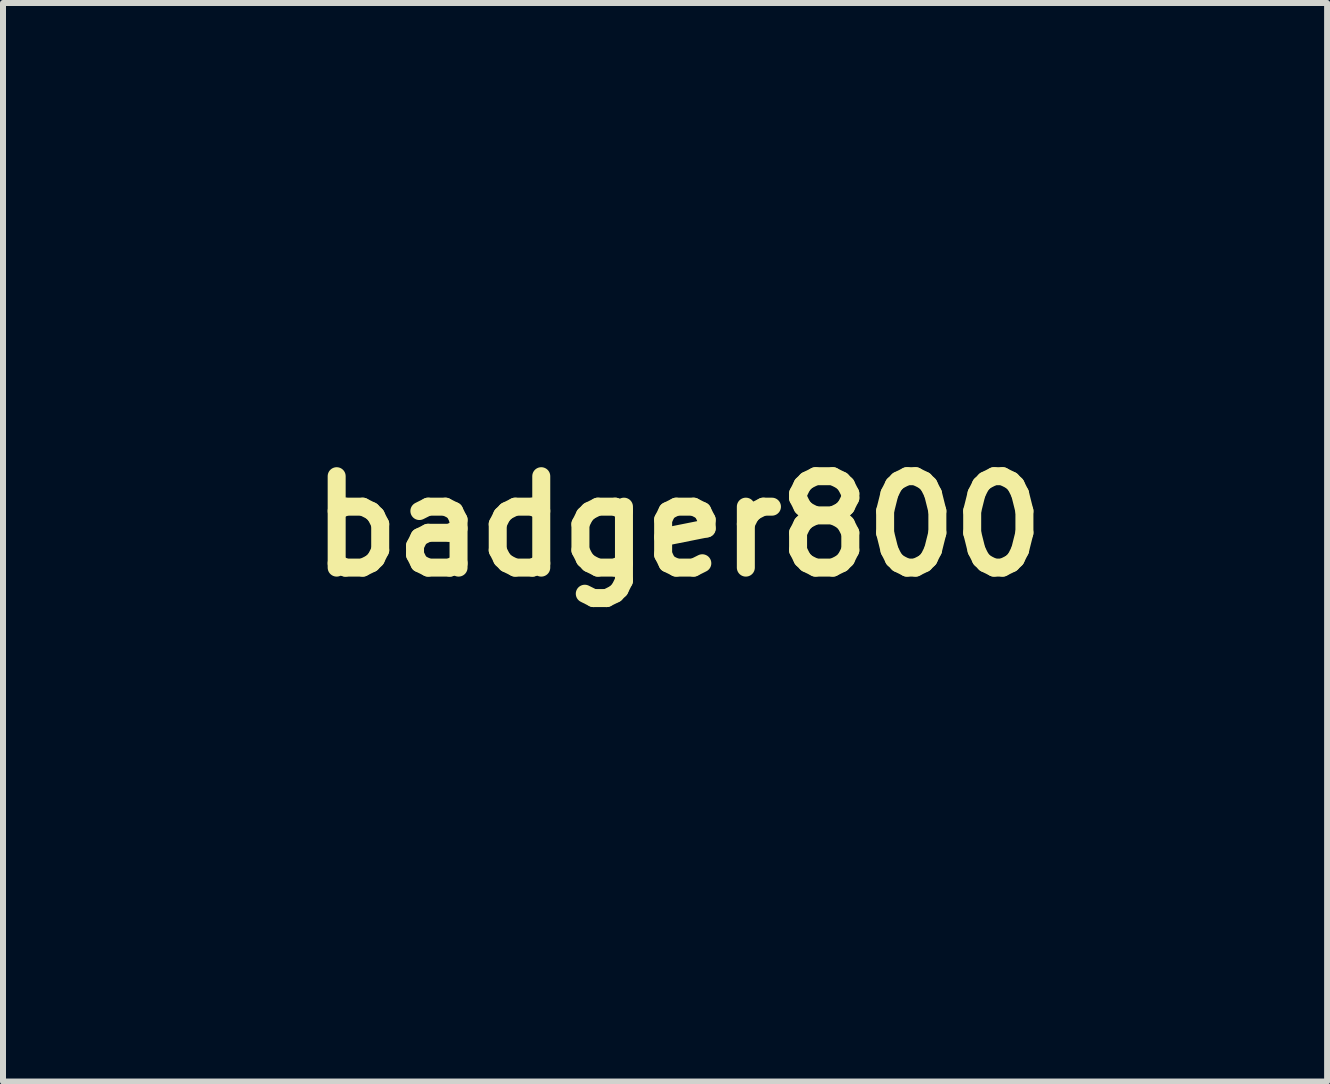
<source format=kicad_pcb>
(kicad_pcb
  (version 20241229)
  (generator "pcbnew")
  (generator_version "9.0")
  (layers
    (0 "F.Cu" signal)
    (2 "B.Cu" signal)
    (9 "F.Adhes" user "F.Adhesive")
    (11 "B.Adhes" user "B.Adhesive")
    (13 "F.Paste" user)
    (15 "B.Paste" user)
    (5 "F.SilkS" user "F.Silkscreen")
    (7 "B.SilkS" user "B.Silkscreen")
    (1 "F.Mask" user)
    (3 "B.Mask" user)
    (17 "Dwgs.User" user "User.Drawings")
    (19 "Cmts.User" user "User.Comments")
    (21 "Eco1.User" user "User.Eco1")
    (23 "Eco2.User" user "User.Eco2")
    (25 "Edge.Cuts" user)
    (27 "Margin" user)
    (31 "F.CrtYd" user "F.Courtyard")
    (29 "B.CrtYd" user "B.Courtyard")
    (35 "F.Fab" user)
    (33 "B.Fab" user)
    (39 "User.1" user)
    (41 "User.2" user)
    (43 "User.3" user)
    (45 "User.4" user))
  (footprint "badger800"
    (layer "F.Cu")
    (at 8.26 5.724)
    (property "Reference" "badger800" (at 0 0 0) (layer "F.SilkS") (effects (font (size 1.524 1.524) (thickness 0.3))))
    (attr through_hole)
    (fp_poly (pts (xy -7.271 5.89) (xy -7.287 5.905) (xy -7.303 5.89) (xy -7.287 5.874) (xy -7.271 5.89)) (stroke (width 0.01) (type solid)) (fill yes) (layer "F.Mask"))
    (fp_poly (pts (xy 4.121 -0.068) (xy 4.119 0.002) (xy 4.104 0.036) (xy 4.088 0.032) (xy 4.09 -0.026) (xy 4.092 -0.039) (xy 4.104 -0.102) (xy 4.113 -0.106) (xy 4.121 -0.068)) (stroke (width 0.01) (type solid)) (fill yes) (layer "F.Mask"))
    (fp_poly (pts (xy -6.89 1.298) (xy -6.926 1.368) (xy -6.995 1.453) (xy -7.088 1.541) (xy -7.101 1.551) (xy -7.275 1.689) (xy -7.265 1.551) (xy -7.256 1.474) (xy -7.233 1.423) (xy -7.183 1.383) (xy -7.091 1.335) (xy -7.08 1.33) (xy -6.987 1.287) (xy -6.92 1.26) (xy -6.896 1.254) (xy -6.89 1.298)) (stroke (width 0.01) (type solid)) (fill yes) (layer "F.Mask"))
    (fp_poly (pts (xy -6.817 2.194) (xy -6.729 2.381) (xy -6.833 2.523) (xy -6.901 2.611) (xy -6.945 2.654) (xy -6.976 2.658) (xy -7.005 2.63) (xy -7.008 2.627) (xy -7.056 2.539) (xy -7.094 2.424) (xy -7.117 2.304) (xy -7.121 2.202) (xy -7.108 2.152) (xy -7.059 2.097) (xy -6.992 2.051) (xy -6.905 2.006) (xy -6.817 2.194)) (stroke (width 0.01) (type solid)) (fill yes) (layer "F.Mask"))
    (fp_poly (pts (xy 5.683 2.62) (xy 5.707 2.64) (xy 5.767 2.694) (xy 5.784 2.734) (xy 5.765 2.783) (xy 5.752 2.805) (xy 5.707 2.869) (xy 5.67 2.882) (xy 5.621 2.844) (xy 5.594 2.816) (xy 5.538 2.745) (xy 5.531 2.687) (xy 5.568 2.619) (xy 5.568 2.619) (xy 5.6 2.584) (xy 5.631 2.583) (xy 5.683 2.62)) (stroke (width 0.01) (type solid)) (fill yes) (layer "F.Mask"))
    (fp_poly (pts (xy 6.083 1.822) (xy 6.154 1.855) (xy 6.204 1.879) (xy 6.346 1.948) (xy 6.229 2.116) (xy 6.166 2.203) (xy 6.116 2.264) (xy 6.092 2.286) (xy 6.062 2.263) (xy 6.011 2.205) (xy 5.988 2.176) (xy 5.903 2.065) (xy 5.969 1.938) (xy 6.01 1.861) (xy 6.041 1.815) (xy 6.048 1.81) (xy 6.083 1.822)) (stroke (width 0.01) (type solid)) (fill yes) (layer "F.Mask"))
    (fp_poly (pts (xy 6.049 1.02) (xy 6.088 1.036) (xy 6.202 1.092) (xy 6.271 1.146) (xy 6.31 1.211) (xy 6.312 1.215) (xy 6.335 1.283) (xy 6.342 1.318) (xy 6.342 1.319) (xy 6.314 1.305) (xy 6.249 1.261) (xy 6.157 1.197) (xy 6.13 1.178) (xy 6.008 1.085) (xy 5.938 1.022) (xy 5.922 0.99) (xy 5.958 0.988) (xy 6.049 1.02)) (stroke (width 0.01) (type solid)) (fill yes) (layer "F.Mask"))
    (fp_poly (pts (xy 4.758 3.097) (xy 4.859 3.129) (xy 4.962 3.172) (xy 5.082 3.228) (xy 5.188 3.282) (xy 5.259 3.324) (xy 5.264 3.328) (xy 5.294 3.353) (xy 5.299 3.369) (xy 5.271 3.378) (xy 5.202 3.383) (xy 5.082 3.384) (xy 5.002 3.384) (xy 4.667 3.384) (xy 4.556 3.27) (xy 4.492 3.201) (xy 4.452 3.15) (xy 4.445 3.136) (xy 4.473 3.12) (xy 4.545 3.101) (xy 4.589 3.094) (xy 4.676 3.087) (xy 4.758 3.097)) (stroke (width 0.01) (type solid)) (fill yes) (layer "F.Mask"))
    (fp_poly (pts (xy -5.156 3.136) (xy -5.083 3.158) (xy -5.046 3.181) (xy -5.045 3.185) (xy -5.065 3.226) (xy -5.118 3.291) (xy -5.188 3.366) (xy -5.26 3.434) (xy -5.318 3.479) (xy -5.343 3.489) (xy -5.392 3.478) (xy -5.482 3.455) (xy -5.572 3.43) (xy -5.672 3.399) (xy -5.717 3.377) (xy -5.712 3.36) (xy -5.697 3.354) (xy -5.636 3.327) (xy -5.542 3.278) (xy -5.448 3.223) (xy -5.34 3.163) (xy -5.263 3.134) (xy -5.195 3.13) (xy -5.156 3.136)) (stroke (width 0.01) (type solid)) (fill yes) (layer "F.Mask"))
    (fp_poly (pts (xy -6.211 2.767) (xy -6.131 2.809) (xy -6.078 2.838) (xy -6.069 2.844) (xy -6.082 2.871) (xy -6.129 2.934) (xy -6.199 3.021) (xy -6.227 3.055) (xy -6.314 3.159) (xy -6.39 3.254) (xy -6.441 3.323) (xy -6.447 3.332) (xy -6.475 3.37) (xy -6.494 3.376) (xy -6.514 3.341) (xy -6.539 3.258) (xy -6.554 3.206) (xy -6.585 3.097) (xy -6.611 3.01) (xy -6.625 2.968) (xy -6.609 2.93) (xy -6.554 2.871) (xy -6.491 2.816) (xy -6.343 2.701) (xy -6.211 2.767)) (stroke (width 0.01) (type solid)) (fill yes) (layer "F.Mask"))
    (fp_poly (pts (xy -0.382 0.333) (xy -0.228 0.341) (xy -0.097 0.357) (xy -0.041 0.369) (xy 0.004 0.386) (xy 0.012 0.414) (xy -0.014 0.475) (xy -0.021 0.488) (xy -0.057 0.557) (xy -0.079 0.595) (xy -0.08 0.597) (xy -0.112 0.594) (xy -0.188 0.577) (xy -0.271 0.554) (xy -0.39 0.527) (xy -0.506 0.521) (xy -0.637 0.537) (xy -0.803 0.577) (xy -0.841 0.588) (xy -0.896 0.584) (xy -0.945 0.533) (xy -0.961 0.505) (xy -0.995 0.436) (xy -1.007 0.395) (xy -1.005 0.391) (xy -0.949 0.367) (xy -0.844 0.349) (xy -0.705 0.337) (xy -0.546 0.331) (xy -0.382 0.333)) (stroke (width 0.01) (type solid)) (fill yes) (layer "F.Mask"))
    (fp_poly (pts (xy -4.07 2.936) (xy -4.076 2.971) (xy -4.114 3.042) (xy -4.175 3.134) (xy -4.251 3.234) (xy -4.333 3.33) (xy -4.487 3.46) (xy -4.702 3.581) (xy -4.714 3.587) (xy -4.846 3.655) (xy -4.983 3.739) (xy -5.133 3.846) (xy -5.306 3.983) (xy -5.51 4.155) (xy -5.624 4.255) (xy -5.822 4.429) (xy -5.731 4.27) (xy -5.593 4.044) (xy -5.439 3.818) (xy -5.282 3.608) (xy -5.134 3.432) (xy -5.078 3.373) (xy -4.995 3.291) (xy -4.927 3.232) (xy -4.857 3.186) (xy -4.773 3.147) (xy -4.658 3.105) (xy -4.499 3.054) (xy -4.483 3.049) (xy -4.334 3.003) (xy -4.208 2.966) (xy -4.117 2.943) (xy -4.073 2.935) (xy -4.07 2.936)) (stroke (width 0.01) (type solid)) (fill yes) (layer "F.Mask"))
    (fp_poly (pts (xy 2.235 0.705) (xy 2.304 0.731) (xy 2.347 0.788) (xy 2.376 0.88) (xy 2.381 0.904) (xy 2.398 1.057) (xy 2.371 1.175) (xy 2.296 1.272) (xy 2.248 1.312) (xy 2.126 1.368) (xy 1.974 1.39) (xy 1.818 1.377) (xy 1.699 1.335) (xy 1.595 1.276) (xy 1.499 1.212) (xy 1.482 1.198) (xy 1.393 1.127) (xy 1.485 0.999) (xy 1.511 0.968) (xy 2 0.968) (xy 2.022 1.004) (xy 2.067 1.008) (xy 2.102 0.979) (xy 2.105 0.969) (xy 2.085 0.937) (xy 2.056 0.927) (xy 2.009 0.939) (xy 2 0.968) (xy 1.511 0.968) (xy 1.587 0.879) (xy 1.698 0.8) (xy 1.838 0.749) (xy 1.971 0.723) (xy 2.128 0.704) (xy 2.235 0.705)) (stroke (width 0.01) (type solid)) (fill yes) (layer "F.Mask"))
    (fp_poly (pts (xy -4.68 2.337) (xy -4.724 2.404) (xy -4.795 2.5) (xy -4.887 2.613) (xy -4.991 2.735) (xy -5.1 2.856) (xy -5.142 2.9) (xy -5.285 3.04) (xy -5.412 3.145) (xy -5.547 3.23) (xy -5.634 3.275) (xy -5.809 3.371) (xy -5.986 3.49) (xy -6.174 3.637) (xy -6.38 3.819) (xy -6.614 4.044) (xy -6.697 4.126) (xy -7.059 4.492) (xy -6.889 4.16) (xy -6.734 3.878) (xy -6.568 3.604) (xy -6.397 3.353) (xy -6.232 3.136) (xy -6.09 2.978) (xy -6.021 2.908) (xy -5.959 2.853) (xy -5.896 2.806) (xy -5.82 2.762) (xy -5.722 2.714) (xy -5.592 2.659) (xy -5.419 2.589) (xy -5.286 2.536) (xy -5.104 2.464) (xy -4.943 2.402) (xy -4.811 2.353) (xy -4.719 2.32) (xy -4.674 2.306) (xy -4.671 2.306) (xy -4.68 2.337)) (stroke (width 0.01) (type solid)) (fill yes) (layer "F.Mask"))
    (fp_poly (pts (xy 3.437 2.788) (xy 3.555 2.818) (xy 3.692 2.858) (xy 3.835 2.903) (xy 3.971 2.95) (xy 4.086 2.993) (xy 4.168 3.03) (xy 4.176 3.034) (xy 4.291 3.116) (xy 4.428 3.242) (xy 4.576 3.4) (xy 4.724 3.58) (xy 4.753 3.619) (xy 4.809 3.698) (xy 4.88 3.802) (xy 4.958 3.919) (xy 5.035 4.04) (xy 5.105 4.151) (xy 5.16 4.242) (xy 5.194 4.301) (xy 5.199 4.317) (xy 5.174 4.297) (xy 5.111 4.244) (xy 5.022 4.167) (xy 4.953 4.107) (xy 4.692 3.886) (xy 4.461 3.709) (xy 4.252 3.57) (xy 4.058 3.464) (xy 4.015 3.444) (xy 3.865 3.366) (xy 3.725 3.277) (xy 3.625 3.197) (xy 3.534 3.103) (xy 3.449 3.001) (xy 3.378 2.905) (xy 3.329 2.827) (xy 3.312 2.778) (xy 3.315 2.771) (xy 3.353 2.77) (xy 3.437 2.788)) (stroke (width 0.01) (type solid)) (fill yes) (layer "F.Mask"))
    (fp_poly (pts (xy -2.856 0.606) (xy -2.724 0.622) (xy -2.651 0.639) (xy -2.57 0.676) (xy -2.476 0.739) (xy -2.381 0.818) (xy -2.3 0.899) (xy -2.245 0.971) (xy -2.23 1.021) (xy -2.23 1.023) (xy -2.269 1.068) (xy -2.35 1.126) (xy -2.456 1.186) (xy -2.568 1.24) (xy -2.67 1.277) (xy -2.721 1.287) (xy -2.832 1.287) (xy -2.937 1.27) (xy -2.942 1.268) (xy -3.029 1.223) (xy -3.114 1.152) (xy -3.128 1.136) (xy -3.179 1.068) (xy -3.201 1.004) (xy -3.201 0.916) (xy -3.201 0.912) (xy -2.915 0.912) (xy -2.899 0.932) (xy -2.852 0.944) (xy -2.808 0.911) (xy -2.801 0.895) (xy -2.817 0.865) (xy -2.855 0.857) (xy -2.912 0.873) (xy -2.915 0.912) (xy -3.201 0.912) (xy -3.197 0.864) (xy -3.18 0.759) (xy -3.156 0.677) (xy -3.141 0.649) (xy -3.084 0.62) (xy -2.982 0.605) (xy -2.856 0.606)) (stroke (width 0.01) (type solid)) (fill yes) (layer "F.Mask"))
    (fp_poly (pts (xy 4.181 2.209) (xy 4.301 2.254) (xy 4.459 2.313) (xy 4.631 2.378) (xy 4.763 2.427) (xy 4.915 2.484) (xy 5.055 2.539) (xy 5.166 2.586) (xy 5.23 2.615) (xy 5.341 2.691) (xy 5.474 2.814) (xy 5.62 2.974) (xy 5.773 3.161) (xy 5.921 3.367) (xy 5.952 3.413) (xy 6.041 3.549) (xy 6.132 3.696) (xy 6.221 3.843) (xy 6.302 3.981) (xy 6.369 4.101) (xy 6.417 4.192) (xy 6.44 4.245) (xy 6.439 4.255) (xy 6.413 4.233) (xy 6.355 4.178) (xy 6.277 4.1) (xy 6.269 4.093) (xy 6.187 4.012) (xy 6.07 3.903) (xy 5.932 3.778) (xy 5.788 3.651) (xy 5.747 3.615) (xy 5.56 3.459) (xy 5.398 3.337) (xy 5.241 3.236) (xy 5.071 3.144) (xy 5.05 3.134) (xy 4.784 2.98) (xy 4.541 2.792) (xy 4.309 2.559) (xy 4.116 2.325) (xy 3.964 2.126) (xy 4.181 2.209)) (stroke (width 0.01) (type solid)) (fill yes) (layer "F.Mask"))
    (fp_poly (pts (xy -5.044 1.528) (xy -5.097 1.593) (xy -5.182 1.686) (xy -5.291 1.802) (xy -5.386 1.9) (xy -5.552 2.064) (xy -5.687 2.187) (xy -5.801 2.279) (xy -5.903 2.347) (xy -5.967 2.382) (xy -6.138 2.479) (xy -6.34 2.615) (xy -6.574 2.793) (xy -6.844 3.014) (xy -7.152 3.28) (xy -7.315 3.426) (xy -7.366 3.466) (xy -7.385 3.47) (xy -7.381 3.461) (xy -7.33 3.377) (xy -7.251 3.256) (xy -7.152 3.108) (xy -7.043 2.948) (xy -6.931 2.789) (xy -6.826 2.642) (xy -6.737 2.522) (xy -6.714 2.491) (xy -6.603 2.356) (xy -6.48 2.217) (xy -6.364 2.097) (xy -6.328 2.062) (xy -6.256 1.998) (xy -6.187 1.946) (xy -6.111 1.899) (xy -6.016 1.852) (xy -5.891 1.799) (xy -5.724 1.734) (xy -5.594 1.685) (xy -5.42 1.622) (xy -5.267 1.568) (xy -5.144 1.528) (xy -5.062 1.505) (xy -5.029 1.501) (xy -5.044 1.528)) (stroke (width 0.01) (type solid)) (fill yes) (layer "F.Mask"))
    (fp_poly (pts (xy -4.959 0.904) (xy -4.977 0.927) (xy -5.038 0.977) (xy -5.131 1.047) (xy -5.247 1.13) (xy -5.374 1.218) (xy -5.503 1.304) (xy -5.622 1.38) (xy -5.711 1.433) (xy -5.864 1.511) (xy -6.041 1.586) (xy -6.202 1.641) (xy -6.203 1.642) (xy -6.383 1.703) (xy -6.607 1.796) (xy -6.868 1.917) (xy -7.157 2.063) (xy -7.466 2.228) (xy -7.572 2.287) (xy -7.722 2.371) (xy -7.865 2.451) (xy -7.987 2.519) (xy -8.064 2.562) (xy -8.207 2.641) (xy -8.017 2.461) (xy -7.73 2.195) (xy -7.451 1.947) (xy -7.185 1.721) (xy -6.939 1.521) (xy -6.718 1.353) (xy -6.529 1.222) (xy -6.377 1.132) (xy -6.367 1.126) (xy -6.296 1.095) (xy -6.211 1.069) (xy -6.102 1.044) (xy -5.958 1.019) (xy -5.769 0.993) (xy -5.588 0.97) (xy -5.398 0.947) (xy -5.23 0.928) (xy -5.095 0.914) (xy -5.002 0.905) (xy -4.96 0.903) (xy -4.959 0.904)) (stroke (width 0.01) (type solid)) (fill yes) (layer "F.Mask"))
    (fp_poly (pts (xy 4.298 1.382) (xy 4.38 1.405) (xy 4.5 1.443) (xy 4.646 1.492) (xy 4.807 1.547) (xy 4.974 1.606) (xy 5.134 1.665) (xy 5.277 1.719) (xy 5.391 1.764) (xy 5.467 1.797) (xy 5.471 1.799) (xy 5.57 1.868) (xy 5.698 1.984) (xy 5.846 2.14) (xy 6.009 2.328) (xy 6.182 2.542) (xy 6.357 2.775) (xy 6.53 3.019) (xy 6.571 3.08) (xy 6.666 3.223) (xy 6.731 3.322) (xy 6.771 3.384) (xy 6.789 3.416) (xy 6.791 3.427) (xy 6.788 3.428) (xy 6.762 3.408) (xy 6.697 3.354) (xy 6.602 3.274) (xy 6.487 3.176) (xy 6.461 3.155) (xy 6.173 2.915) (xy 5.901 2.702) (xy 5.652 2.52) (xy 5.433 2.375) (xy 5.25 2.272) (xy 5.247 2.27) (xy 5.14 2.213) (xy 5.041 2.149) (xy 4.938 2.068) (xy 4.819 1.962) (xy 4.673 1.822) (xy 4.623 1.772) (xy 4.499 1.647) (xy 4.395 1.537) (xy 4.317 1.45) (xy 4.272 1.394) (xy 4.264 1.377) (xy 4.298 1.382)) (stroke (width 0.01) (type solid)) (fill yes) (layer "F.Mask"))
    (fp_poly (pts (xy -6.047 0.298) (xy -5.9 0.31) (xy -5.741 0.327) (xy -5.581 0.348) (xy -5.431 0.371) (xy -5.304 0.395) (xy -5.211 0.417) (xy -5.164 0.438) (xy -5.161 0.447) (xy -5.201 0.481) (xy -5.285 0.533) (xy -5.401 0.599) (xy -5.535 0.669) (xy -5.674 0.737) (xy -5.804 0.795) (xy -5.814 0.8) (xy -5.968 0.856) (xy -6.141 0.907) (xy -6.271 0.938) (xy -6.455 0.986) (xy -6.683 1.069) (xy -6.958 1.188) (xy -7.279 1.342) (xy -7.65 1.534) (xy -7.716 1.569) (xy -7.902 1.668) (xy -8.039 1.741) (xy -8.135 1.791) (xy -8.198 1.821) (xy -8.234 1.834) (xy -8.25 1.835) (xy -8.255 1.825) (xy -8.255 1.821) (xy -8.232 1.787) (xy -8.167 1.719) (xy -8.068 1.624) (xy -7.942 1.507) (xy -7.796 1.376) (xy -7.637 1.236) (xy -7.474 1.095) (xy -7.313 0.958) (xy -7.161 0.833) (xy -7.026 0.725) (xy -6.939 0.658) (xy -6.711 0.499) (xy -6.517 0.388) (xy -6.353 0.32) (xy -6.255 0.298) (xy -6.169 0.294) (xy -6.047 0.298)) (stroke (width 0.01) (type solid)) (fill yes) (layer "F.Mask"))
    (fp_poly (pts (xy 4.325 0.777) (xy 4.457 0.79) (xy 4.624 0.809) (xy 4.816 0.831) (xy 4.892 0.84) (xy 5.139 0.871) (xy 5.337 0.9) (xy 5.497 0.932) (xy 5.633 0.972) (xy 5.757 1.024) (xy 5.882 1.095) (xy 6.021 1.188) (xy 6.188 1.31) (xy 6.29 1.386) (xy 6.429 1.493) (xy 6.584 1.617) (xy 6.748 1.751) (xy 6.915 1.89) (xy 7.078 2.029) (xy 7.231 2.162) (xy 7.368 2.283) (xy 7.481 2.387) (xy 7.565 2.468) (xy 7.613 2.52) (xy 7.618 2.538) (xy 7.618 2.538) (xy 7.586 2.523) (xy 7.513 2.483) (xy 7.414 2.426) (xy 7.382 2.407) (xy 7.154 2.278) (xy 6.906 2.146) (xy 6.649 2.015) (xy 6.393 1.89) (xy 6.149 1.775) (xy 5.927 1.677) (xy 5.737 1.601) (xy 5.59 1.55) (xy 5.571 1.544) (xy 5.238 1.428) (xy 4.969 1.296) (xy 4.841 1.222) (xy 4.703 1.136) (xy 4.565 1.046) (xy 4.436 0.958) (xy 4.327 0.88) (xy 4.247 0.818) (xy 4.206 0.779) (xy 4.204 0.771) (xy 4.238 0.77) (xy 4.325 0.777)) (stroke (width 0.01) (type solid)) (fill yes) (layer "F.Mask"))
    (fp_poly (pts (xy 5.619 0.154) (xy 5.708 0.176) (xy 5.832 0.227) (xy 5.995 0.317) (xy 6.188 0.441) (xy 6.406 0.595) (xy 6.641 0.772) (xy 6.885 0.968) (xy 6.912 0.99) (xy 7.046 1.104) (xy 7.188 1.227) (xy 7.332 1.353) (xy 7.469 1.475) (xy 7.593 1.587) (xy 7.695 1.682) (xy 7.77 1.754) (xy 7.808 1.795) (xy 7.811 1.803) (xy 7.779 1.788) (xy 7.698 1.748) (xy 7.576 1.687) (xy 7.419 1.608) (xy 7.234 1.515) (xy 7.03 1.412) (xy 7.001 1.398) (xy 6.714 1.254) (xy 6.472 1.136) (xy 6.266 1.041) (xy 6.086 0.965) (xy 5.92 0.902) (xy 5.761 0.85) (xy 5.597 0.804) (xy 5.445 0.766) (xy 5.331 0.734) (xy 5.193 0.685) (xy 5.041 0.625) (xy 4.885 0.558) (xy 4.735 0.489) (xy 4.601 0.424) (xy 4.494 0.365) (xy 4.424 0.319) (xy 4.4 0.29) (xy 4.403 0.286) (xy 4.45 0.268) (xy 4.552 0.246) (xy 4.697 0.222) (xy 4.876 0.198) (xy 5.079 0.174) (xy 5.228 0.159) (xy 5.396 0.146) (xy 5.52 0.144) (xy 5.619 0.154)) (stroke (width 0.01) (type solid)) (fill yes) (layer "F.Mask"))
    (fp_poly (pts (xy -2.38 -0.144) (xy -2.092 -0.065) (xy -2.084 -0.062) (xy -1.918 -0.000387) (xy -1.916 0.214) (xy -1.907 0.339) (xy -1.881 0.494) (xy -1.836 0.689) (xy -1.771 0.933) (xy -1.766 0.95) (xy -1.718 1.125) (xy -1.676 1.281) (xy -1.644 1.407) (xy -1.624 1.492) (xy -1.619 1.522) (xy -1.647 1.57) (xy -1.724 1.631) (xy -1.837 1.698) (xy -1.974 1.765) (xy -2.123 1.824) (xy -2.175 1.841) (xy -2.408 1.895) (xy -2.67 1.924) (xy -2.938 1.927) (xy -3.188 1.904) (xy -3.33 1.874) (xy -3.448 1.839) (xy -3.545 1.806) (xy -3.601 1.78) (xy -3.604 1.777) (xy -3.639 1.731) (xy -3.684 1.647) (xy -3.716 1.579) (xy -3.747 1.495) (xy -3.771 1.398) (xy -3.789 1.275) (xy -3.805 1.112) (xy -3.817 0.94) (xy -3.836 0.691) (xy -3.84 0.654) (xy -3.381 0.654) (xy -3.374 0.824) (xy -3.34 1.032) (xy -3.257 1.201) (xy -3.129 1.327) (xy -2.956 1.409) (xy -2.883 1.427) (xy -2.767 1.448) (xy -2.685 1.453) (xy -2.611 1.441) (xy -2.515 1.409) (xy -2.479 1.395) (xy -2.346 1.336) (xy -2.221 1.266) (xy -2.12 1.194) (xy -2.057 1.131) (xy -2.048 1.114) (xy -2.054 1.051) (xy -2.101 0.962) (xy -2.182 0.86) (xy -2.284 0.754) (xy -2.399 0.657) (xy -2.516 0.58) (xy -2.537 0.569) (xy -2.712 0.509) (xy -2.907 0.493) (xy -3.099 0.519) (xy -3.24 0.575) (xy -3.381 0.654) (xy -3.84 0.654) (xy -3.859 0.5) (xy -3.888 0.362) (xy -3.904 0.312) (xy -3.964 0.156) (xy -3.84 0.078) (xy -3.593 -0.044) (xy -3.309 -0.129) (xy -3.003 -0.174) (xy -2.688 -0.18) (xy -2.38 -0.144)) (stroke (width 0.01) (type solid)) (fill yes) (layer "F.Mask"))
    (fp_poly (pts (xy 1.998 -0.117) (xy 2.266 -0.091) (xy 2.522 -0.043) (xy 2.751 0.025) (xy 2.942 0.111) (xy 3.042 0.178) (xy 3.092 0.23) (xy 3.096 0.285) (xy 3.081 0.33) (xy 3.066 0.394) (xy 3.05 0.507) (xy 3.034 0.655) (xy 3.02 0.822) (xy 3.017 0.865) (xy 2.99 1.149) (xy 2.95 1.387) (xy 2.9 1.575) (xy 2.839 1.707) (xy 2.796 1.761) (xy 2.738 1.797) (xy 2.639 1.843) (xy 2.52 1.89) (xy 2.503 1.896) (xy 2.309 1.946) (xy 2.076 1.979) (xy 1.828 1.993) (xy 1.588 1.988) (xy 1.379 1.962) (xy 1.349 1.956) (xy 1.223 1.921) (xy 1.089 1.875) (xy 0.961 1.823) (xy 0.857 1.774) (xy 0.793 1.733) (xy 0.782 1.721) (xy 0.782 1.678) (xy 0.799 1.579) (xy 0.832 1.432) (xy 0.879 1.24) (xy 0.918 1.091) (xy 1.238 1.091) (xy 1.264 1.146) (xy 1.333 1.217) (xy 1.429 1.292) (xy 1.538 1.36) (xy 1.621 1.4) (xy 1.756 1.438) (xy 1.91 1.456) (xy 2.06 1.453) (xy 2.183 1.43) (xy 2.216 1.416) (xy 2.364 1.304) (xy 2.472 1.142) (xy 2.541 0.93) (xy 2.558 0.831) (xy 2.58 0.667) (xy 2.348 0.561) (xy 2.229 0.509) (xy 2.147 0.48) (xy 2.081 0.472) (xy 2.01 0.481) (xy 1.953 0.493) (xy 1.799 0.537) (xy 1.674 0.595) (xy 1.542 0.684) (xy 1.53 0.693) (xy 1.449 0.767) (xy 1.367 0.862) (xy 1.296 0.961) (xy 1.25 1.047) (xy 1.238 1.091) (xy 0.918 1.091) (xy 0.939 1.011) (xy 1.01 0.749) (xy 1.033 0.667) (xy 1.058 0.544) (xy 1.077 0.391) (xy 1.086 0.246) (xy 1.091 -0.001) (xy 1.252 -0.05) (xy 1.478 -0.098) (xy 1.731 -0.12) (xy 1.998 -0.117)) (stroke (width 0.01) (type solid)) (fill yes) (layer "F.Mask"))
    (fp_poly (pts (xy -2.527 -0.319) (xy -2.3 -0.291) (xy -2.149 -0.259) (xy -1.836 -0.152) (xy -1.565 -0.014) (xy -1.339 0.152) (xy -1.161 0.34) (xy -1.034 0.547) (xy -0.961 0.77) (xy -0.946 1.004) (xy -0.99 1.245) (xy -0.999 1.27) (xy -1.091 1.453) (xy -1.237 1.631) (xy -1.429 1.797) (xy -1.657 1.944) (xy -1.913 2.065) (xy -2.143 2.143) (xy -2.302 2.174) (xy -2.504 2.196) (xy -2.727 2.208) (xy -2.952 2.209) (xy -3.158 2.198) (xy -3.318 2.177) (xy -3.622 2.101) (xy -3.905 1.997) (xy -4.157 1.869) (xy -4.369 1.724) (xy -4.534 1.566) (xy -4.616 1.45) (xy -4.685 1.303) (xy -4.711 1.168) (xy -4.696 1.022) (xy -4.667 0.913) (xy -4.65 0.873) (xy -4.427 0.873) (xy -4.421 1.017) (xy -4.398 1.129) (xy -4.352 1.239) (xy -4.343 1.258) (xy -4.212 1.445) (xy -4.031 1.617) (xy -3.808 1.766) (xy -3.557 1.884) (xy -3.345 1.95) (xy -3.178 1.977) (xy -2.972 1.993) (xy -2.75 1.995) (xy -2.534 1.986) (xy -2.348 1.963) (xy -2.289 1.951) (xy -2.015 1.864) (xy -1.764 1.739) (xy -1.546 1.583) (xy -1.373 1.405) (xy -1.277 1.258) (xy -1.227 1.145) (xy -1.201 1.036) (xy -1.193 0.899) (xy -1.193 0.873) (xy -1.216 0.658) (xy -1.288 0.466) (xy -1.416 0.288) (xy -1.526 0.179) (xy -1.777 -0.005) (xy -2.067 -0.138) (xy -2.395 -0.221) (xy -2.761 -0.253) (xy -2.81 -0.253) (xy -3.18 -0.228) (xy -3.513 -0.151) (xy -3.807 -0.025) (xy -4.064 0.153) (xy -4.094 0.179) (xy -4.258 0.354) (xy -4.365 0.536) (xy -4.418 0.735) (xy -4.427 0.873) (xy -4.65 0.873) (xy -4.54 0.609) (xy -4.362 0.337) (xy -4.137 0.103) (xy -3.872 -0.087) (xy -3.572 -0.228) (xy -3.429 -0.274) (xy -3.245 -0.309) (xy -3.019 -0.328) (xy -2.773 -0.331) (xy -2.527 -0.319)) (stroke (width 0.01) (type solid)) (fill yes) (layer "F.Mask"))
    (fp_poly (pts (xy 2.009 -0.327) (xy 2.148 -0.32) (xy 2.261 -0.306) (xy 2.366 -0.283) (xy 2.483 -0.248) (xy 2.495 -0.244) (xy 2.798 -0.114) (xy 3.075 0.066) (xy 3.315 0.286) (xy 3.509 0.539) (xy 3.592 0.686) (xy 3.681 0.914) (xy 3.714 1.118) (xy 3.688 1.299) (xy 3.639 1.409) (xy 3.505 1.584) (xy 3.317 1.751) (xy 3.084 1.901) (xy 2.818 2.03) (xy 2.536 2.128) (xy 2.341 2.17) (xy 2.109 2.198) (xy 1.861 2.211) (xy 1.618 2.21) (xy 1.402 2.192) (xy 1.291 2.173) (xy 0.959 2.076) (xy 0.666 1.946) (xy 0.418 1.785) (xy 0.218 1.597) (xy 0.071 1.386) (xy -0.002 1.211) (xy -0.044 1.03) (xy -0.047 0.873) (xy 0.2 0.873) (xy 0.208 1.084) (xy 0.275 1.287) (xy 0.393 1.477) (xy 0.558 1.649) (xy 0.763 1.798) (xy 1.003 1.919) (xy 1.271 2.008) (xy 1.564 2.059) (xy 1.587 2.061) (xy 1.8 2.069) (xy 2.031 2.058) (xy 2.256 2.032) (xy 2.448 1.992) (xy 2.477 1.983) (xy 2.757 1.872) (xy 3.001 1.723) (xy 3.201 1.543) (xy 3.35 1.338) (xy 3.36 1.318) (xy 3.405 1.222) (xy 3.431 1.131) (xy 3.441 1.02) (xy 3.443 0.905) (xy 3.415 0.645) (xy 3.334 0.42) (xy 3.199 0.229) (xy 3.012 0.073) (xy 2.772 -0.048) (xy 2.479 -0.134) (xy 2.427 -0.144) (xy 2.214 -0.173) (xy 1.97 -0.187) (xy 1.72 -0.186) (xy 1.488 -0.169) (xy 1.326 -0.144) (xy 1.044 -0.061) (xy 0.793 0.06) (xy 0.577 0.214) (xy 0.403 0.394) (xy 0.278 0.595) (xy 0.208 0.811) (xy 0.2 0.873) (xy -0.047 0.873) (xy -0.047 0.866) (xy -0.009 0.697) (xy 0.066 0.518) (xy 0.203 0.306) (xy 0.395 0.117) (xy 0.64 -0.047) (xy 0.933 -0.183) (xy 1.165 -0.26) (xy 1.294 -0.292) (xy 1.42 -0.313) (xy 1.563 -0.325) (xy 1.743 -0.329) (xy 1.826 -0.329) (xy 2.009 -0.327)) (stroke (width 0.01) (type solid)) (fill yes) (layer "F.Mask"))
    (fp_poly (pts (xy -0.19 3.34) (xy -0.164 3.341) (xy 0.05 3.379) (xy 0.276 3.459) (xy 0.502 3.575) (xy 0.715 3.717) (xy 0.905 3.879) (xy 1.06 4.05) (xy 1.168 4.224) (xy 1.193 4.286) (xy 1.245 4.509) (xy 1.255 4.746) (xy 1.226 4.975) (xy 1.166 5.154) (xy 1.047 5.368) (xy 0.903 5.54) (xy 0.726 5.674) (xy 0.509 5.776) (xy 0.245 5.851) (xy 0.02 5.89) (xy -0.116 5.909) (xy -0.226 5.924) (xy -0.298 5.933) (xy -0.318 5.934) (xy -0.354 5.928) (xy -0.437 5.911) (xy -0.553 5.886) (xy -0.618 5.873) (xy -0.938 5.783) (xy -1.207 5.658) (xy -1.43 5.495) (xy -1.612 5.291) (xy -1.672 5.19) (xy -1.492 5.19) (xy -1.466 5.28) (xy -1.399 5.368) (xy -1.287 5.443) (xy -1.167 5.463) (xy -1.052 5.426) (xy -1 5.384) (xy -0.944 5.311) (xy -0.905 5.228) (xy -0.889 5.156) (xy -0.89 5.155) (xy -0.283 5.155) (xy -0.28 5.332) (xy -0.274 5.494) (xy -0.265 5.626) (xy -0.265 5.631) (xy -0.25 5.751) (xy -0.234 5.811) (xy -0.219 5.815) (xy -0.205 5.769) (xy -0.193 5.674) (xy -0.184 5.536) (xy -0.178 5.359) (xy -0.177 5.239) (xy -0.178 5.196) (xy 0.42 5.196) (xy 0.443 5.266) (xy 0.483 5.339) (xy 0.527 5.391) (xy 0.536 5.397) (xy 0.641 5.428) (xy 0.754 5.415) (xy 0.845 5.361) (xy 0.848 5.358) (xy 0.904 5.281) (xy 0.935 5.215) (xy 0.938 5.16) (xy 0.898 5.143) (xy 0.811 5.163) (xy 0.777 5.176) (xy 0.671 5.191) (xy 0.568 5.171) (xy 0.486 5.152) (xy 0.432 5.15) (xy 0.424 5.153) (xy 0.42 5.196) (xy -0.178 5.196) (xy -0.179 5.006) (xy -0.186 4.809) (xy -0.197 4.652) (xy -0.211 4.541) (xy -0.228 4.481) (xy -0.247 4.476) (xy -0.256 4.493) (xy -0.266 4.551) (xy -0.274 4.66) (xy -0.28 4.805) (xy -0.283 4.975) (xy -0.283 5.155) (xy -0.89 5.155) (xy -0.899 5.123) (xy -0.937 5.121) (xy -1.011 5.137) (xy -1.033 5.144) (xy -1.158 5.167) (xy -1.302 5.154) (xy -1.421 5.125) (xy -1.473 5.119) (xy -1.491 5.154) (xy -1.492 5.19) (xy -1.672 5.19) (xy -1.73 5.093) (xy -1.779 4.988) (xy -1.808 4.897) (xy -1.821 4.795) (xy -1.825 4.656) (xy -1.825 4.636) (xy -1.816 4.455) (xy -1.784 4.306) (xy -1.721 4.171) (xy -1.619 4.031) (xy -1.513 3.913) (xy -1.487 3.889) (xy 0.508 3.889) (xy 0.53 3.925) (xy 0.575 3.929) (xy 0.61 3.9) (xy 0.613 3.89) (xy 0.592 3.858) (xy 0.564 3.848) (xy 0.516 3.86) (xy 0.508 3.889) (xy -1.487 3.889) (xy -1.329 3.749) (xy 0.065 3.749) (xy 0.085 3.789) (xy 0.142 3.81) (xy 0.157 3.807) (xy 0.265 3.807) (xy 0.272 3.844) (xy 0.321 3.874) (xy 0.389 3.868) (xy 0.446 3.834) (xy 0.461 3.808) (xy 0.459 3.732) (xy 0.417 3.672) (xy 0.36 3.651) (xy 0.319 3.678) (xy 0.283 3.739) (xy 0.265 3.807) (xy 0.157 3.807) (xy 0.208 3.796) (xy 0.243 3.76) (xy 0.239 3.698) (xy 0.195 3.648) (xy 0.132 3.634) (xy 0.117 3.638) (xy 0.073 3.683) (xy 0.065 3.749) (xy -1.329 3.749) (xy -1.313 3.735) (xy -1.074 3.585) (xy -0.786 3.458) (xy -0.684 3.423) (xy -0.534 3.375) (xy -0.417 3.348) (xy -0.311 3.337) (xy -0.19 3.34)) (stroke (width 0.01) (type solid)) (fill yes) (layer "F.Mask"))
    (fp_poly (pts (xy -1.566 2.028) (xy -1.573 2.102) (xy -1.589 2.204) (xy -1.61 2.317) (xy -1.635 2.426) (xy -1.64 2.445) (xy -1.672 2.534) (xy -1.727 2.664) (xy -1.8 2.821) (xy -1.884 2.991) (xy -1.93 3.08) (xy -2.086 3.377) (xy -2.213 3.625) (xy -2.316 3.831) (xy -2.395 4.003) (xy -2.455 4.146) (xy -2.498 4.267) (xy -2.526 4.374) (xy -2.543 4.473) (xy -2.55 4.572) (xy -2.551 4.655) (xy -2.519 4.905) (xy -2.43 5.14) (xy -2.288 5.351) (xy -2.099 5.529) (xy -1.984 5.606) (xy -1.856 5.673) (xy -1.69 5.748) (xy -1.496 5.827) (xy -1.287 5.906) (xy -1.075 5.982) (xy -0.871 6.049) (xy -0.687 6.103) (xy -0.535 6.141) (xy -0.427 6.159) (xy -0.41 6.159) (xy -0.315 6.148) (xy -0.173 6.114) (xy 0.003 6.064) (xy 0.202 6.001) (xy 0.412 5.929) (xy 0.62 5.853) (xy 0.815 5.776) (xy 0.985 5.702) (xy 1.118 5.637) (xy 1.168 5.608) (xy 1.37 5.447) (xy 1.536 5.246) (xy 1.658 5.019) (xy 1.728 4.779) (xy 1.737 4.706) (xy 1.74 4.568) (xy 1.724 4.423) (xy 1.684 4.264) (xy 1.618 4.084) (xy 1.524 3.876) (xy 1.399 3.633) (xy 1.24 3.347) (xy 1.202 3.281) (xy 1.116 3.126) (xy 1.031 2.965) (xy 0.96 2.821) (xy 0.923 2.739) (xy 0.879 2.624) (xy 0.838 2.494) (xy 0.802 2.362) (xy 0.776 2.244) (xy 0.763 2.156) (xy 0.766 2.112) (xy 0.767 2.112) (xy 0.801 2.115) (xy 0.88 2.135) (xy 0.99 2.169) (xy 1.033 2.183) (xy 1.135 2.215) (xy 1.225 2.238) (xy 1.317 2.254) (xy 1.427 2.263) (xy 1.568 2.267) (xy 1.756 2.269) (xy 1.798 2.269) (xy 2.31 2.27) (xy 2.218 2.386) (xy 2.109 2.556) (xy 2.046 2.724) (xy 2.033 2.833) (xy 2.041 2.909) (xy 2.063 3.027) (xy 2.094 3.166) (xy 2.112 3.239) (xy 2.175 3.52) (xy 2.208 3.778) (xy 2.211 4.038) (xy 2.187 4.324) (xy 2.177 4.397) (xy 2.155 4.552) (xy 2.135 4.687) (xy 2.119 4.789) (xy 2.108 4.842) (xy 2.106 4.878) (xy 2.127 4.869) (xy 2.165 4.821) (xy 2.214 4.747) (xy 2.267 4.654) (xy 2.317 4.553) (xy 2.344 4.491) (xy 2.408 4.351) (xy 2.484 4.207) (xy 2.549 4.101) (xy 2.625 3.976) (xy 2.696 3.836) (xy 2.728 3.761) (xy 2.793 3.606) (xy 2.857 3.497) (xy 2.934 3.416) (xy 3.036 3.346) (xy 3.038 3.345) (xy 3.12 3.301) (xy 3.191 3.279) (xy 3.275 3.276) (xy 3.39 3.286) (xy 3.525 3.308) (xy 3.636 3.342) (xy 3.686 3.367) (xy 3.762 3.411) (xy 3.87 3.462) (xy 3.947 3.493) (xy 4.045 3.533) (xy 4.116 3.567) (xy 4.142 3.585) (xy 4.122 3.608) (xy 4.055 3.652) (xy 3.954 3.709) (xy 3.864 3.755) (xy 3.409 4.003) (xy 2.98 4.283) (xy 2.561 4.606) (xy 2.223 4.904) (xy 1.816 5.247) (xy 1.396 5.536) (xy 0.946 5.78) (xy 0.58 5.94) (xy 0.456 5.986) (xy 0.304 6.038) (xy 0.137 6.092) (xy -0.033 6.143) (xy -0.192 6.189) (xy -0.327 6.225) (xy -0.426 6.247) (xy -0.471 6.253) (xy -0.518 6.244) (xy -0.615 6.219) (xy -0.749 6.183) (xy -0.911 6.137) (xy -1.032 6.102) (xy -1.312 6.015) (xy -1.56 5.927) (xy -1.786 5.832) (xy -2.001 5.724) (xy -2.215 5.596) (xy -2.438 5.444) (xy -2.682 5.261) (xy -2.955 5.042) (xy -3.08 4.939) (xy -3.369 4.702) (xy -3.625 4.501) (xy -3.861 4.327) (xy -4.09 4.17) (xy -4.324 4.022) (xy -4.466 3.936) (xy -4.835 3.719) (xy -4.632 3.627) (xy -4.508 3.561) (xy -4.39 3.48) (xy -4.318 3.416) (xy -4.248 3.346) (xy -4.19 3.313) (xy -4.117 3.305) (xy -4.041 3.31) (xy -3.91 3.333) (xy -3.818 3.375) (xy -3.809 3.382) (xy -3.744 3.457) (xy -3.661 3.579) (xy -3.559 3.753) (xy -3.435 3.979) (xy -3.29 4.262) (xy -3.254 4.332) (xy -3.171 4.495) (xy -3.095 4.638) (xy -3.032 4.751) (xy -2.987 4.824) (xy -2.967 4.848) (xy -2.955 4.823) (xy -2.957 4.738) (xy -2.972 4.594) (xy -2.991 4.454) (xy -3.025 4.152) (xy -3.032 3.884) (xy -3.011 3.626) (xy -2.961 3.353) (xy -2.933 3.239) (xy -2.885 3.027) (xy -2.862 2.859) (xy -2.865 2.724) (xy -2.896 2.607) (xy -2.957 2.495) (xy -3.02 2.408) (xy -3.117 2.286) (xy -2.77 2.286) (xy -2.38 2.26) (xy -2.022 2.181) (xy -1.753 2.08) (xy -1.66 2.038) (xy -1.594 2.009) (xy -1.571 2) (xy -1.566 2.028)) (stroke (width 0.01) (type solid)) (fill yes) (layer "F.Mask"))
    (fp_poly (pts (xy -6.094 -5.718) (xy -6.029 -5.7) (xy -5.964 -5.658) (xy -5.893 -5.586) (xy -5.806 -5.475) (xy -5.698 -5.32) (xy -5.643 -5.239) (xy -5.509 -5.04) (xy -5.401 -4.888) (xy -5.312 -4.775) (xy -5.234 -4.691) (xy -5.162 -4.63) (xy -5.087 -4.584) (xy -5.025 -4.554) (xy -4.707 -4.429) (xy -4.413 -4.35) (xy -4.125 -4.312) (xy -3.827 -4.313) (xy -3.715 -4.322) (xy -3.553 -4.34) (xy -3.432 -4.362) (xy -3.33 -4.393) (xy -3.223 -4.441) (xy -3.134 -4.486) (xy -2.983 -4.568) (xy -2.879 -4.633) (xy -2.815 -4.691) (xy -2.779 -4.755) (xy -2.764 -4.835) (xy -2.761 -4.943) (xy -2.761 -4.946) (xy -2.76 -5.159) (xy -2.704 -5.003) (xy -2.651 -4.879) (xy -2.598 -4.815) (xy -2.539 -4.809) (xy -2.47 -4.859) (xy -2.447 -4.882) (xy -2.387 -4.944) (xy -2.345 -4.981) (xy -2.337 -4.985) (xy -2.329 -4.957) (xy -2.327 -4.885) (xy -2.328 -4.85) (xy -2.329 -4.766) (xy -2.315 -4.728) (xy -2.273 -4.722) (xy -2.238 -4.725) (xy -2.108 -4.763) (xy -2.017 -4.837) (xy -1.98 -4.92) (xy -1.962 -5.012) (xy -1.845 -4.889) (xy -1.75 -4.806) (xy -1.677 -4.777) (xy -1.666 -4.778) (xy -1.604 -4.789) (xy -1.583 -4.792) (xy -1.56 -4.819) (xy -1.517 -4.889) (xy -1.463 -4.986) (xy -1.458 -4.996) (xy -1.353 -5.198) (xy -1.183 -5.06) (xy -1.041 -4.961) (xy -0.923 -4.92) (xy -0.826 -4.937) (xy -0.745 -5.011) (xy -0.692 -5.108) (xy -0.628 -5.255) (xy -0.589 -5.144) (xy -0.551 -5.068) (xy -0.507 -5.025) (xy -0.499 -5.023) (xy -0.449 -5.037) (xy -0.374 -5.085) (xy -0.319 -5.13) (xy -0.245 -5.191) (xy -0.19 -5.227) (xy -0.171 -5.23) (xy -0.166 -5.191) (xy -0.175 -5.112) (xy -0.185 -5.059) (xy -0.204 -4.95) (xy -0.2 -4.889) (xy -0.168 -4.862) (xy -0.124 -4.858) (xy -0.004 -4.887) (xy 0.102 -4.967) (xy 0.182 -5.084) (xy 0.224 -5.225) (xy 0.227 -5.259) (xy 0.233 -5.281) (xy 0.242 -5.247) (xy 0.251 -5.178) (xy 0.269 -5.076) (xy 0.294 -5.009) (xy 0.311 -4.992) (xy 0.355 -5.006) (xy 0.421 -5.055) (xy 0.46 -5.093) (xy 0.543 -5.174) (xy 0.596 -5.203) (xy 0.622 -5.178) (xy 0.626 -5.095) (xy 0.618 -5.001) (xy 0.608 -4.89) (xy 0.608 -4.828) (xy 0.623 -4.801) (xy 0.654 -4.794) (xy 0.66 -4.794) (xy 0.72 -4.809) (xy 0.814 -4.846) (xy 0.924 -4.9) (xy 0.928 -4.902) (xy 1.131 -5.009) (xy 1.099 -4.854) (xy 1.083 -4.735) (xy 1.1 -4.667) (xy 1.157 -4.64) (xy 1.264 -4.649) (xy 1.292 -4.654) (xy 1.385 -4.676) (xy 1.436 -4.708) (xy 1.465 -4.765) (xy 1.477 -4.805) (xy 1.511 -4.926) (xy 1.586 -4.765) (xy 1.631 -4.677) (xy 1.666 -4.618) (xy 1.68 -4.603) (xy 1.709 -4.625) (xy 1.766 -4.682) (xy 1.817 -4.738) (xy 1.935 -4.874) (xy 1.936 -4.74) (xy 1.959 -4.604) (xy 2.028 -4.503) (xy 2.148 -4.433) (xy 2.272 -4.398) (xy 2.461 -4.36) (xy 2.587 -4.503) (xy 2.767 -4.67) (xy 2.981 -4.812) (xy 3.205 -4.913) (xy 3.257 -4.93) (xy 3.672 -5.048) (xy 4.031 -5.148) (xy 4.339 -5.232) (xy 4.601 -5.3) (xy 4.822 -5.355) (xy 5.007 -5.396) (xy 5.161 -5.425) (xy 5.288 -5.443) (xy 5.394 -5.452) (xy 5.483 -5.452) (xy 5.556 -5.445) (xy 5.68 -5.42) (xy 5.766 -5.382) (xy 5.818 -5.321) (xy 5.839 -5.229) (xy 5.831 -5.098) (xy 5.798 -4.919) (xy 5.776 -4.824) (xy 5.744 -4.673) (xy 5.731 -4.571) (xy 5.735 -4.505) (xy 5.745 -4.481) (xy 5.774 -4.415) (xy 5.766 -4.387) (xy 5.732 -4.381) (xy 5.675 -4.354) (xy 5.625 -4.286) (xy 5.596 -4.202) (xy 5.596 -4.143) (xy 5.598 -4.084) (xy 5.584 -4.064) (xy 5.522 -4.036) (xy 5.468 -3.963) (xy 5.435 -3.867) (xy 5.429 -3.81) (xy 5.422 -3.73) (xy 5.403 -3.686) (xy 5.396 -3.683) (xy 5.358 -3.655) (xy 5.321 -3.588) (xy 5.295 -3.505) (xy 5.287 -3.43) (xy 5.296 -3.396) (xy 5.307 -3.347) (xy 5.264 -3.305) (xy 5.23 -3.277) (xy 5.214 -3.237) (xy 5.212 -3.166) (xy 5.221 -3.054) (xy 5.234 -2.946) (xy 5.255 -2.794) (xy 5.282 -2.613) (xy 5.311 -2.421) (xy 5.325 -2.336) (xy 5.356 -2.138) (xy 5.376 -1.989) (xy 5.387 -1.876) (xy 5.388 -1.786) (xy 5.381 -1.704) (xy 5.37 -1.631) (xy 5.342 -1.509) (xy 5.307 -1.399) (xy 5.28 -1.341) (xy 5.255 -1.291) (xy 5.249 -1.249) (xy 5.268 -1.199) (xy 5.317 -1.124) (xy 5.359 -1.066) (xy 5.436 -0.944) (xy 5.505 -0.813) (xy 5.544 -0.719) (xy 5.595 -0.604) (xy 5.673 -0.477) (xy 5.734 -0.395) (xy 5.821 -0.281) (xy 5.903 -0.149) (xy 5.971 -0.019) (xy 6.017 0.095) (xy 6.032 0.167) (xy 6.031 0.202) (xy 6.019 0.216) (xy 5.983 0.209) (xy 5.911 0.178) (xy 5.837 0.143) (xy 5.736 0.1) (xy 5.652 0.071) (xy 5.614 0.064) (xy 5.564 0.037) (xy 5.539 -0.008) (xy 5.503 -0.116) (xy 5.452 -0.251) (xy 5.393 -0.397) (xy 5.333 -0.54) (xy 5.277 -0.665) (xy 5.232 -0.756) (xy 5.21 -0.792) (xy 5.15 -0.87) (xy 5.06 -0.763) (xy 4.972 -0.686) (xy 4.833 -0.598) (xy 4.671 -0.514) (xy 4.529 -0.442) (xy 4.395 -0.364) (xy 4.289 -0.293) (xy 4.25 -0.262) (xy 4.179 -0.199) (xy 4.143 -0.177) (xy 4.13 -0.19) (xy 4.13 -0.226) (xy 4.141 -0.306) (xy 4.164 -0.407) (xy 4.17 -0.428) (xy 4.197 -0.496) (xy 4.239 -0.553) (xy 4.309 -0.611) (xy 4.421 -0.684) (xy 4.443 -0.698) (xy 4.599 -0.801) (xy 4.706 -0.891) (xy 4.77 -0.98) (xy 4.802 -1.079) (xy 4.809 -1.185) (xy 4.781 -1.367) (xy 4.705 -1.514) (xy 4.588 -1.618) (xy 4.434 -1.674) (xy 4.336 -1.683) (xy 4.197 -1.671) (xy 4.084 -1.627) (xy 3.971 -1.539) (xy 3.96 -1.529) (xy 3.908 -1.467) (xy 3.861 -1.381) (xy 3.818 -1.26) (xy 3.773 -1.095) (xy 3.725 -0.879) (xy 3.714 -0.828) (xy 3.65 -0.571) (xy 3.568 -0.363) (xy 3.464 -0.192) (xy 3.355 -0.069) (xy 3.215 0.069) (xy 3.076 -0.037) (xy 2.824 -0.192) (xy 2.531 -0.308) (xy 2.208 -0.382) (xy 1.866 -0.413) (xy 1.514 -0.399) (xy 1.269 -0.361) (xy 1.151 -0.339) (xy 1.059 -0.324) (xy 1.01 -0.32) (xy 1.006 -0.321) (xy 0.968 -0.39) (xy 0.915 -0.5) (xy 0.853 -0.638) (xy 0.788 -0.786) (xy 0.727 -0.931) (xy 0.677 -1.057) (xy 0.644 -1.148) (xy 0.637 -1.175) (xy 0.615 -1.323) (xy 0.606 -1.506) (xy 0.609 -1.695) (xy 0.624 -1.863) (xy 0.638 -1.936) (xy 0.663 -2.02) (xy 0.708 -2.146) (xy 0.767 -2.296) (xy 0.832 -2.454) (xy 0.835 -2.46) (xy 0.903 -2.619) (xy 0.949 -2.738) (xy 0.977 -2.832) (xy 0.993 -2.919) (xy 0.999 -3.017) (xy 1 -3.127) (xy 0.997 -3.278) (xy 0.986 -3.39) (xy 0.961 -3.484) (xy 0.919 -3.585) (xy 0.913 -3.598) (xy 0.812 -3.785) (xy 0.693 -3.96) (xy 0.564 -4.113) (xy 0.435 -4.231) (xy 0.317 -4.306) (xy 0.277 -4.32) (xy 0.206 -4.331) (xy 0.085 -4.34) (xy -0.074 -4.347) (xy -0.258 -4.351) (xy -0.425 -4.352) (xy -0.678 -4.349) (xy -0.878 -4.34) (xy -1.035 -4.32) (xy -1.16 -4.285) (xy -1.264 -4.231) (xy -1.355 -4.156) (xy -1.446 -4.054) (xy -1.529 -3.947) (xy -1.664 -3.745) (xy -1.755 -3.563) (xy -1.806 -3.384) (xy -1.825 -3.192) (xy -1.825 -3.159) (xy -1.823 -3.045) (xy -1.814 -2.95) (xy -1.793 -2.855) (xy -1.757 -2.743) (xy -1.701 -2.598) (xy -1.674 -2.532) (xy -1.582 -2.296) (xy -1.515 -2.102) (xy -1.47 -1.937) (xy -1.443 -1.785) (xy -1.43 -1.633) (xy -1.429 -1.538) (xy -1.433 -1.392) (xy -1.448 -1.26) (xy -1.479 -1.127) (xy -1.529 -0.98) (xy -1.602 -0.804) (xy -1.69 -0.61) (xy -1.762 -0.459) (xy -1.814 -0.358) (xy -1.853 -0.299) (xy -1.885 -0.271) (xy -1.915 -0.268) (xy -1.921 -0.27) (xy -1.985 -0.288) (xy -2.085 -0.317) (xy -2.175 -0.342) (xy -2.281 -0.367) (xy -2.409 -0.383) (xy -2.57 -0.392) (xy -2.777 -0.396) (xy -2.842 -0.396) (xy -3.033 -0.394) (xy -3.176 -0.39) (xy -3.286 -0.381) (xy -3.378 -0.365) (xy -3.469 -0.34) (xy -3.562 -0.309) (xy -3.705 -0.253) (xy -3.85 -0.188) (xy -3.965 -0.126) (xy -3.969 -0.124) (xy -4.132 -0.024) (xy -4.226 -0.114) (xy -4.344 -0.267) (xy -4.44 -0.474) (xy -4.511 -0.73) (xy -4.526 -0.811) (xy -4.581 -1.082) (xy -4.643 -1.296) (xy -4.718 -1.457) (xy -4.809 -1.57) (xy -4.92 -1.642) (xy -5.054 -1.677) (xy -5.152 -1.683) (xy -5.316 -1.653) (xy -5.456 -1.566) (xy -5.567 -1.424) (xy -5.582 -1.397) (xy -5.638 -1.236) (xy -5.633 -1.087) (xy -5.568 -0.948) (xy -5.441 -0.816) (xy -5.252 -0.69) (xy -5.239 -0.683) (xy -5.118 -0.61) (xy -5.009 -0.532) (xy -4.933 -0.464) (xy -4.925 -0.455) (xy -4.855 -0.361) (xy -4.778 -0.245) (xy -4.706 -0.125) (xy -4.649 -0.02) (xy -4.62 0.048) (xy -4.612 0.084) (xy -4.626 0.064) (xy -4.639 0.04) (xy -4.695 -0.029) (xy -4.794 -0.119) (xy -4.927 -0.221) (xy -5.08 -0.328) (xy -5.243 -0.431) (xy -5.403 -0.521) (xy -5.492 -0.566) (xy -5.629 -0.632) (xy -5.753 -0.695) (xy -5.847 -0.747) (xy -5.883 -0.77) (xy -5.952 -0.809) (xy -5.998 -0.806) (xy -6.018 -0.793) (xy -6.046 -0.753) (xy -6.097 -0.666) (xy -6.165 -0.541) (xy -6.246 -0.388) (xy -6.333 -0.216) (xy -6.336 -0.21) (xy -6.607 0.333) (xy -6.843 0.498) (xy -6.946 0.566) (xy -7.027 0.612) (xy -7.073 0.629) (xy -7.08 0.624) (xy -7.07 0.572) (xy -7.044 0.475) (xy -7.007 0.349) (xy -6.963 0.211) (xy -6.917 0.076) (xy -6.876 -0.042) (xy -6.843 -0.125) (xy -6.834 -0.143) (xy -6.782 -0.227) (xy -6.71 -0.322) (xy -6.684 -0.352) (xy -6.622 -0.435) (xy -6.548 -0.554) (xy -6.478 -0.686) (xy -6.465 -0.713) (xy -6.396 -0.85) (xy -6.322 -0.985) (xy -6.257 -1.092) (xy -6.248 -1.105) (xy -6.149 -1.249) (xy -6.236 -1.394) (xy -6.347 -1.597) (xy -6.445 -1.8) (xy -6.523 -1.991) (xy -6.574 -2.154) (xy -6.589 -2.232) (xy -6.605 -2.336) (xy -6.625 -2.391) (xy -6.656 -2.411) (xy -6.677 -2.413) (xy -6.719 -2.416) (xy -6.72 -2.434) (xy -6.678 -2.482) (xy -6.673 -2.486) (xy -6.623 -2.564) (xy -6.604 -2.638) (xy -6.622 -2.725) (xy -6.667 -2.803) (xy -6.724 -2.852) (xy -6.749 -2.857) (xy -6.781 -2.863) (xy -6.791 -2.889) (xy -6.777 -2.948) (xy -6.748 -3.032) (xy -6.706 -3.202) (xy -6.715 -3.351) (xy -6.762 -3.474) (xy -6.799 -3.552) (xy -6.807 -3.6) (xy -6.787 -3.643) (xy -6.762 -3.676) (xy -6.713 -3.784) (xy -6.703 -3.927) (xy -6.73 -4.089) (xy -6.747 -4.142) (xy -6.773 -4.225) (xy -6.772 -4.274) (xy -6.742 -4.315) (xy -6.73 -4.326) (xy -6.683 -4.371) (xy -6.666 -4.391) (xy -6.663 -4.423) (xy -6.656 -4.506) (xy -6.647 -4.627) (xy -6.637 -4.768) (xy -6.62 -4.953) (xy -6.6 -5.093) (xy -6.571 -5.207) (xy -6.531 -5.313) (xy -6.523 -5.332) (xy -6.449 -5.467) (xy -6.359 -5.585) (xy -6.267 -5.672) (xy -6.183 -5.716) (xy -6.166 -5.719) (xy -6.094 -5.718)) (stroke (width 0.01) (type solid)) (fill yes) (layer "F.Mask")))
  (gr_rect
    (start -3 -3)
    (end 19.076 14.982)
    (stroke (width 0.1) (type default))
    (fill no)
    (layer "Edge.Cuts")))
</source>
